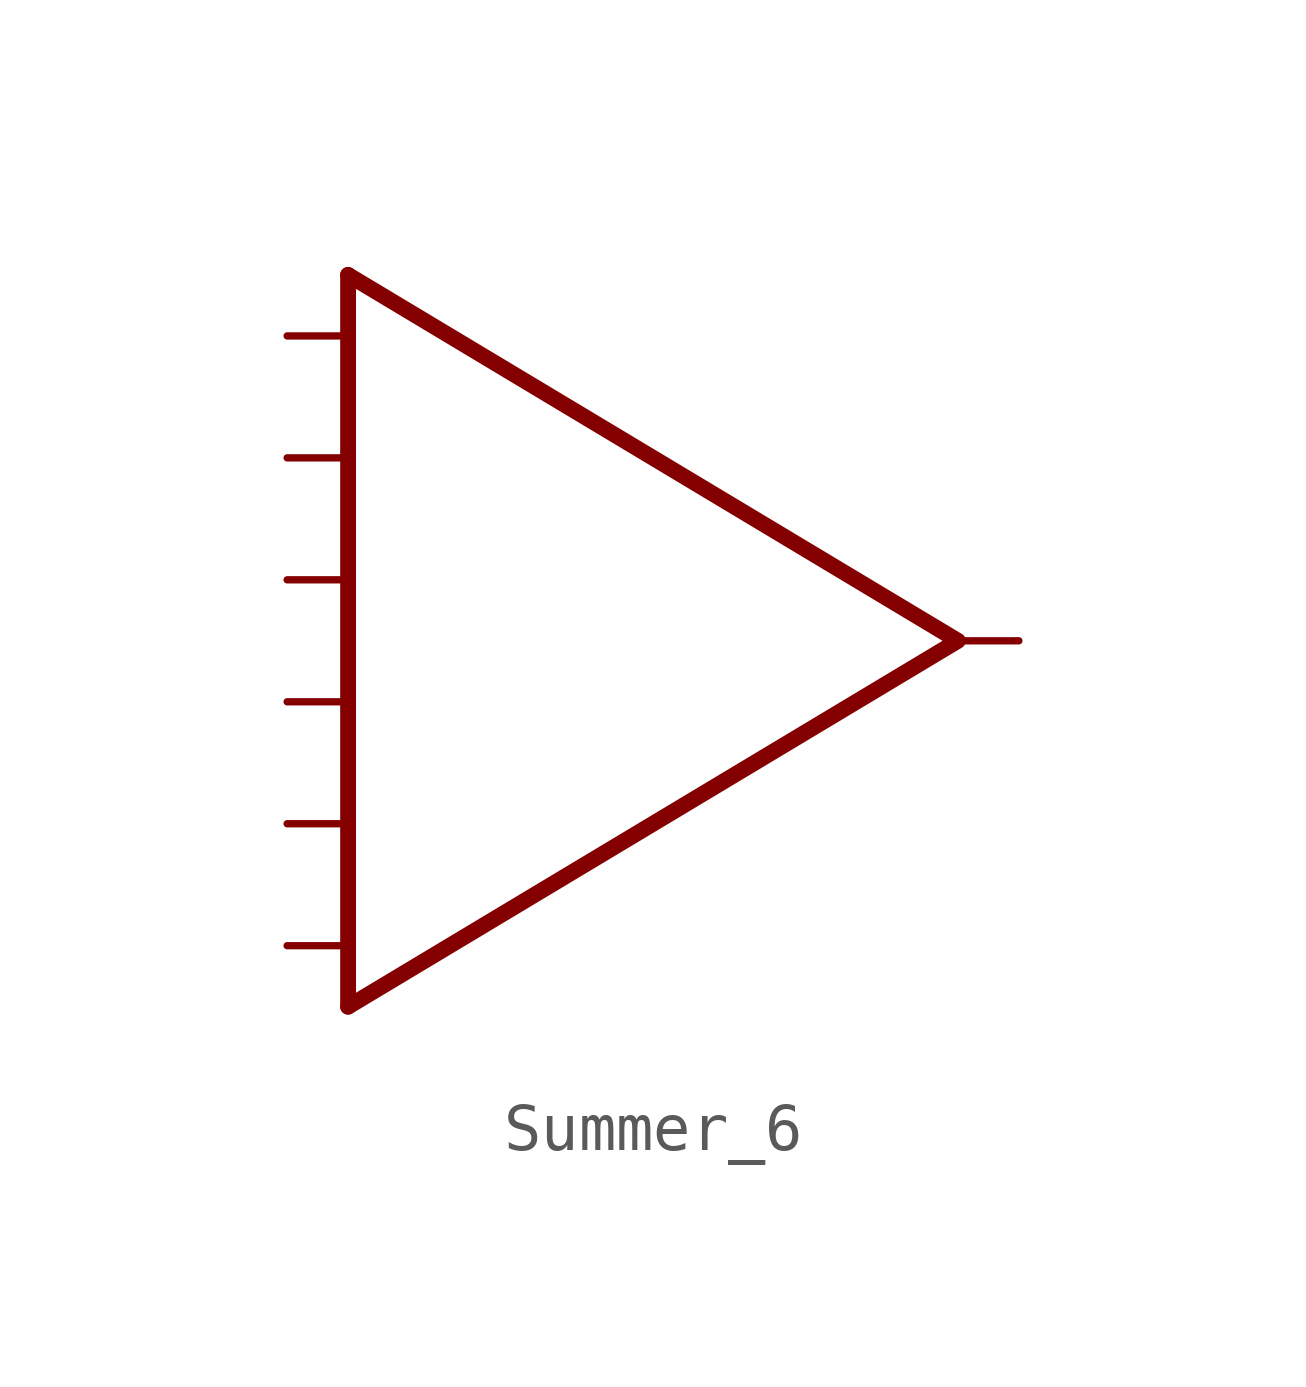
<source format=kicad_sym>
(kicad_symbol_lib
  (version 20211014)
  (generator kicad_symbol_editor)
  (symbol "Summer_6"
    (property "Reference" "U"
      (at 7.62 10.16 0)
      (effects (font (size 1.27 1.27)) hide))
    (symbol "Summer_6_0_1"
      (polyline (pts (xy -6.35 -7.62) (xy -6.35 7.62)) (stroke (width 0.33) (type default) (color 0 0 0 0)) (fill (type none)))
      (polyline (pts (xy -6.35 7.62) (xy 6.35 0) (xy -6.35 -7.62)) (stroke (width 0.33) (type default) (color 0 0 0 0)) (fill (type none))))
    (symbol "Summer_6_1_1"
      (pin input line (at -7.62 -6.35 0) (length 1.27) (name "" (effects (font (size 1.27 1.27)))) (number "" (effects (font (size 1.27 1.27)))))
      (pin input line (at -7.62 -3.81 0) (length 1.27) (name "" (effects (font (size 1.27 1.27)))) (number "" (effects (font (size 1.27 1.27)))))
      (pin input line (at -7.62 -1.27 0) (length 1.27) (name "" (effects (font (size 1.27 1.27)))) (number "" (effects (font (size 1.27 1.27)))))
      (pin input line (at -7.62 1.27 0) (length 1.27) (name "" (effects (font (size 1.27 1.27)))) (number "" (effects (font (size 1.27 1.27)))))
      (pin input line (at -7.62 3.81 0) (length 1.27) (name "" (effects (font (size 1.27 1.27)))) (number "" (effects (font (size 1.27 1.27)))))
      (pin input line (at -7.62 6.35 0) (length 1.27) (name "" (effects (font (size 1.27 1.27)))) (number "" (effects (font (size 1.27 1.27)))))
      (pin output line (at 7.62 0 180) (length 1.27) (name "" (effects (font (size 1.27 1.27)))) (number "" (effects (font (size 1.27 1.27))))))))
</source>
